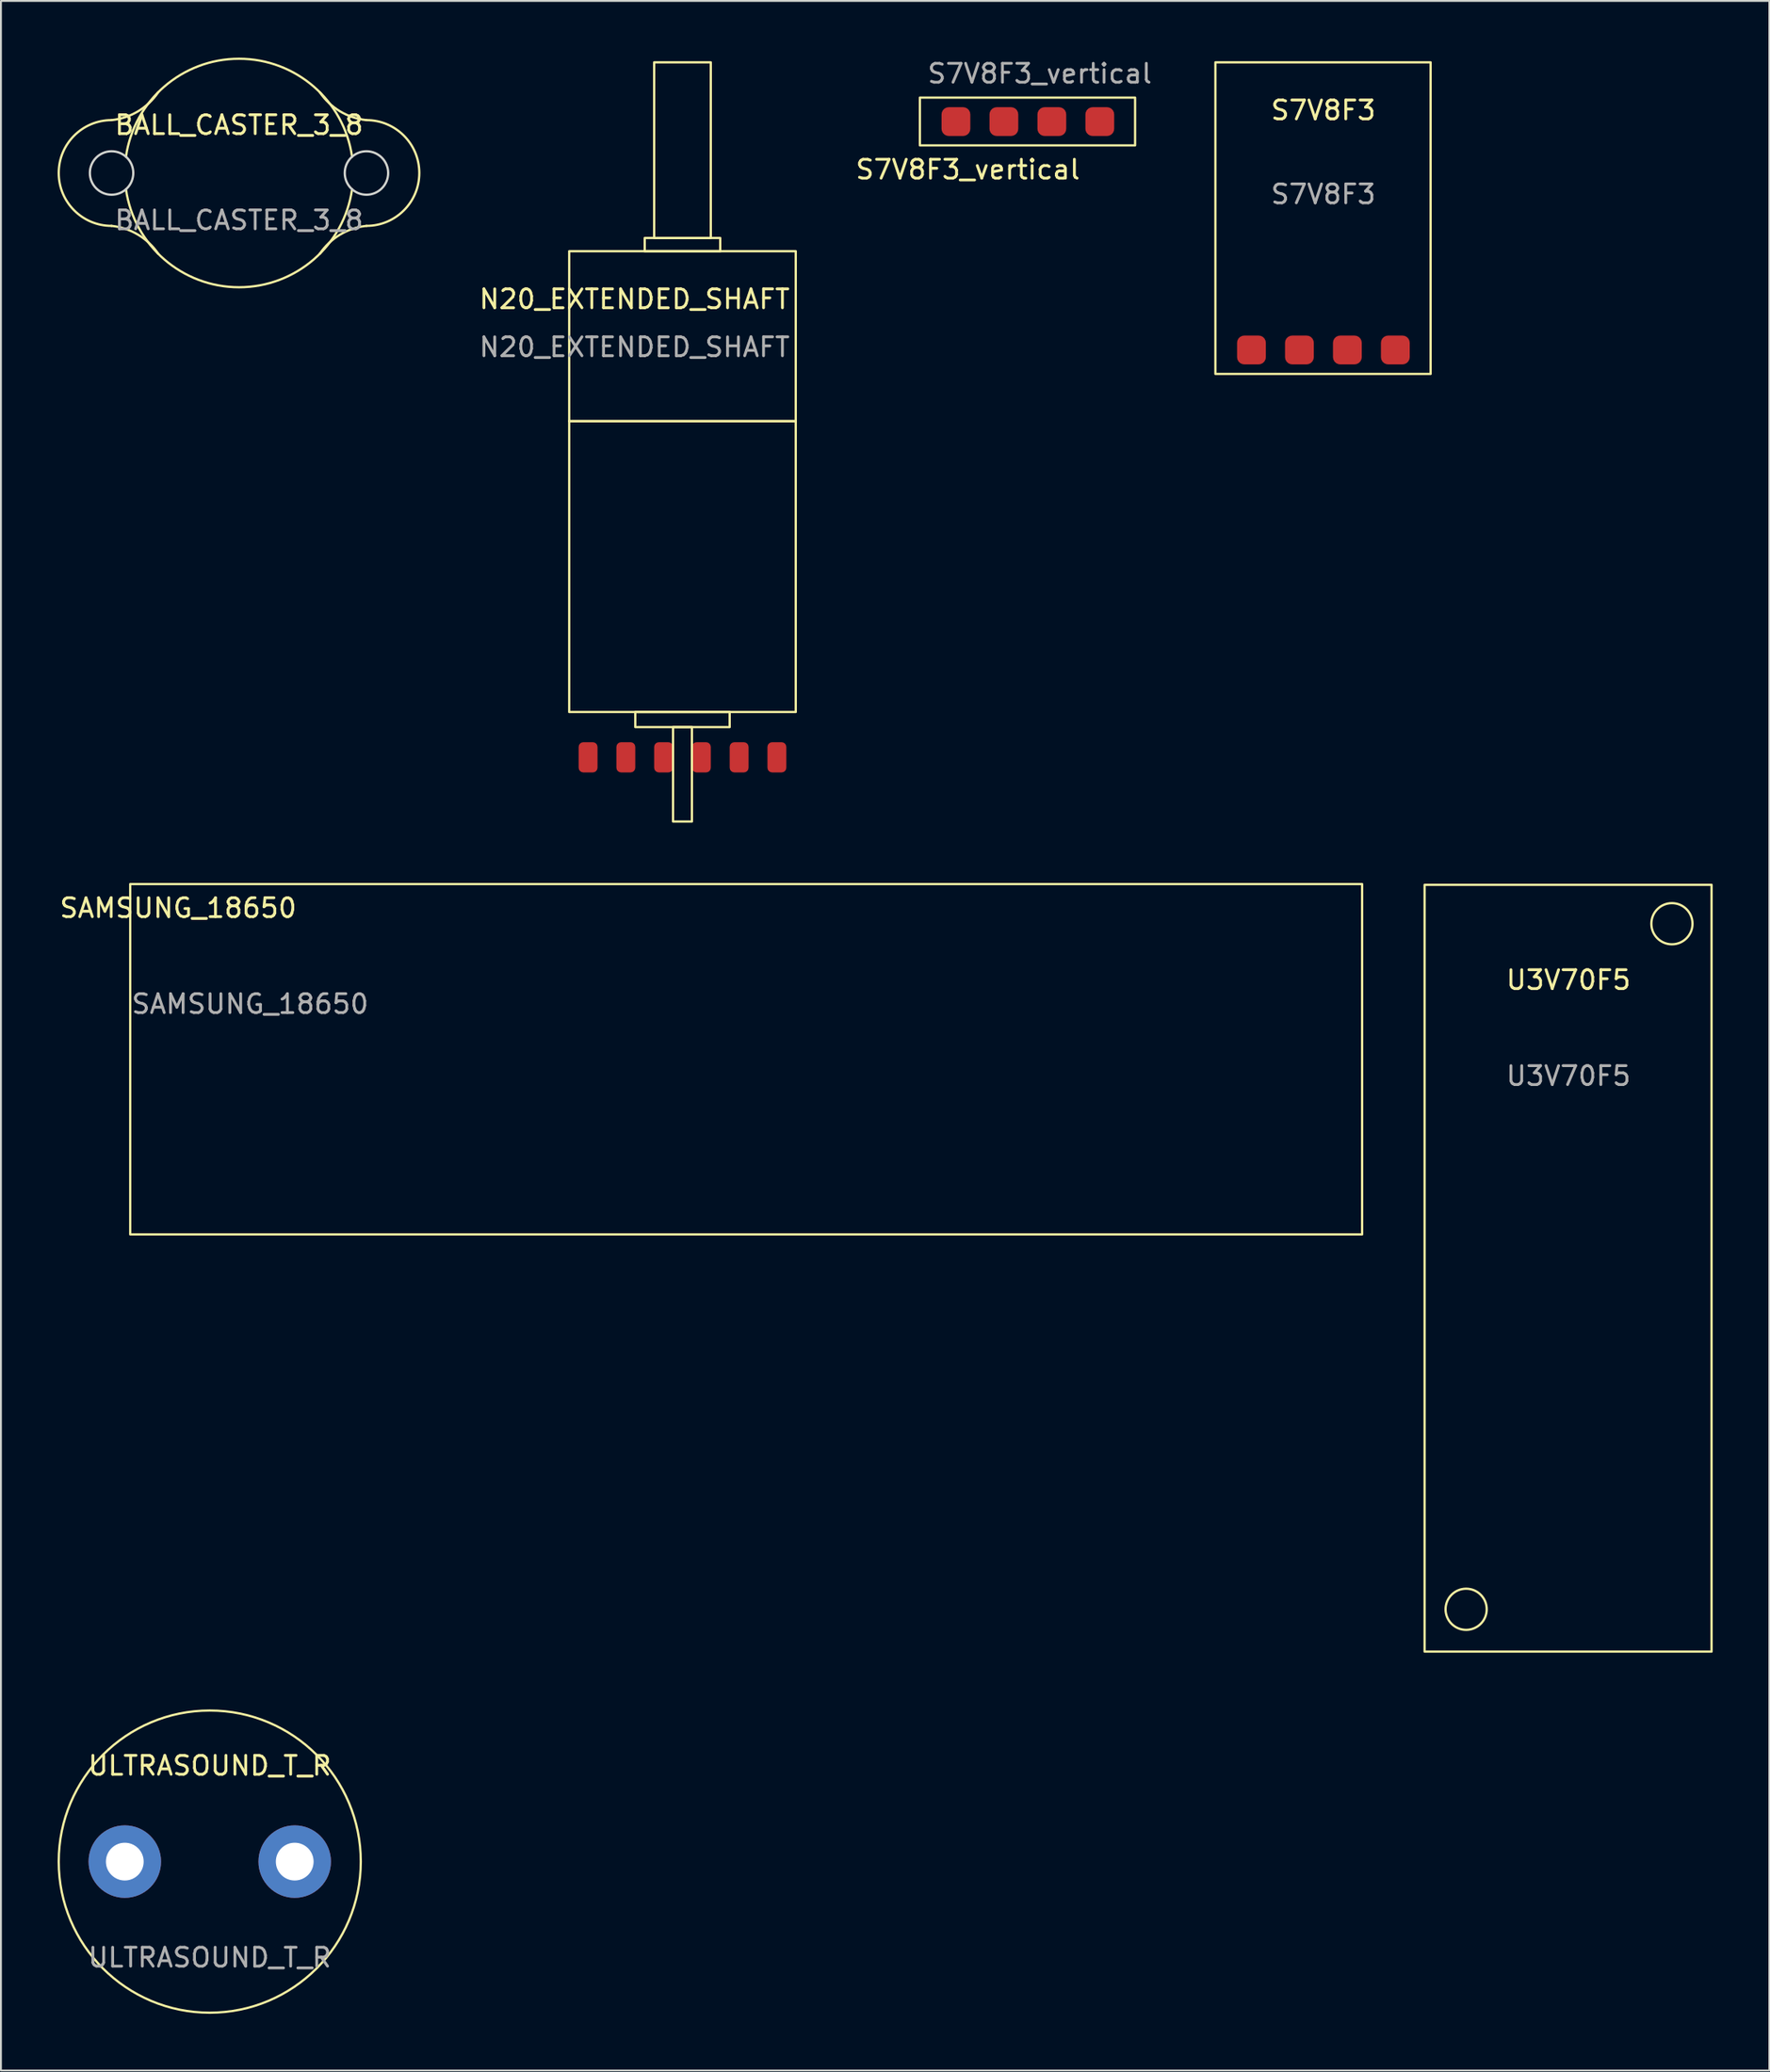
<source format=kicad_pcb>
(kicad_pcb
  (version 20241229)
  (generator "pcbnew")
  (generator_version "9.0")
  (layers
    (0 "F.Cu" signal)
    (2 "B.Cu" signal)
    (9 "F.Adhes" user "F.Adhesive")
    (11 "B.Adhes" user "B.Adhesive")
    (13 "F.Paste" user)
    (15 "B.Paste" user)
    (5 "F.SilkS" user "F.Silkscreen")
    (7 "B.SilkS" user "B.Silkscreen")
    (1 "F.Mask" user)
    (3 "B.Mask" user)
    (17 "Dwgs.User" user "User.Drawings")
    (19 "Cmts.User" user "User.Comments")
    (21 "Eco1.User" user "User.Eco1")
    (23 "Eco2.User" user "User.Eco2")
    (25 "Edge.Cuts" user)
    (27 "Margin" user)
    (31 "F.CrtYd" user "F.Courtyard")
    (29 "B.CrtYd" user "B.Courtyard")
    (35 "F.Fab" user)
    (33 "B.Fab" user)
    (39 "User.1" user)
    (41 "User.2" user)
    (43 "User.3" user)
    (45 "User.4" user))
  (footprint "SAMSUNG_18650"
    (layer "F.Cu")
    (at 3.847 43.76)
    (property "Reference" "SAMSUNG_18650" (at 2.54 1.27 0) (unlocked yes) (layer "F.SilkS") (effects (font (size 1 1) (thickness 0.15))))
    (attr smd)
    (fp_rect (start 0 0) (end 65.25 18.55) (stroke (width 0.12) (type default)) (fill no) (layer "F.SilkS"))
    (fp_text user "${REFERENCE}" (at 6.35 6.35 0) (unlocked yes) (layer "F.Fab") (effects (font (size 1 1) (thickness 0.15)))))
  (footprint "N20_EXTENDED_SHAFT"
    (layer "F.Cu")
    (at 33.099 0.25)
    (property "Reference" "N20_EXTENDED_SHAFT" (at -2.54 12.54 0) (unlocked yes) (layer "F.SilkS") (effects (font (size 1 1) (thickness 0.15))))
    (attr smd)
    (fp_rect (start -6 10) (end 6 19) (stroke (width 0.12) (type solid)) (fill no) (layer "F.SilkS"))
    (fp_rect (start -6 19) (end 6 34.4) (stroke (width 0.12) (type solid)) (fill no) (layer "F.SilkS"))
    (fp_rect (start -2.5 34.4) (end 2.5 35.2) (stroke (width 0.12) (type solid)) (fill no) (layer "F.SilkS"))
    (fp_rect (start -2 10) (end 2 9.3) (stroke (width 0.12) (type solid)) (fill no) (layer "F.SilkS"))
    (fp_rect (start -1.5 9.3) (end 1.5 0) (stroke (width 0.12) (type solid)) (fill no) (layer "F.SilkS"))
    (fp_rect (start -0.5 35.2) (end 0.5 40.2) (stroke (width 0.12) (type solid)) (fill no) (layer "F.SilkS"))
    (fp_text user "${REFERENCE}" (at -2.54 15.08 0) (unlocked yes) (layer "F.Fab") (effects (font (size 1 1) (thickness 0.15))))
    (pad "1" smd roundrect (at -5 36.8) (size 1 1.6) (layers "F.Cu" "F.Mask" "F.Paste") (roundrect_rratio 0.25))
    (pad "2" smd roundrect (at -3 36.8) (size 1 1.6) (layers "F.Cu" "F.Mask" "F.Paste") (roundrect_rratio 0.25))
    (pad "3" smd roundrect (at -1 36.8) (size 1 1.6) (layers "F.Cu" "F.Mask" "F.Paste") (roundrect_rratio 0.25))
    (pad "4" smd roundrect (at 1 36.8) (size 1 1.6) (layers "F.Cu" "F.Mask" "F.Paste") (roundrect_rratio 0.25))
    (pad "5" smd roundrect (at 3 36.8) (size 1 1.6) (layers "F.Cu" "F.Mask" "F.Paste") (roundrect_rratio 0.25))
    (pad "6" smd roundrect (at 5 36.8) (size 1 1.6) (layers "F.Cu" "F.Mask" "F.Paste") (roundrect_rratio 0.25)))
  (footprint "ULTRASOUND_T_R"
    (layer "F.Cu")
    (at 8.06 95.52)
    (property "Reference" "ULTRASOUND_T_R" (at 0 -5.08 0) (unlocked yes) (layer "F.SilkS") (effects (font (size 1 1) (thickness 0.15))))
    (attr through_hole)
    (fp_circle (center 0 0) (end 8 0) (stroke (width 0.12) (type default)) (fill no) (layer "F.SilkS"))
    (fp_text user "${REFERENCE}" (at 0 5.08 0) (unlocked yes) (layer "F.Fab") (effects (font (size 1 1) (thickness 0.15))))
    (pad "1" thru_hole circle (at 4.5 0) (size 3.84 3.84) (drill 2) (layers "*.Cu" "*.Mask"))
    (pad "2" thru_hole circle (at -4.5 0) (size 3.84 3.84) (drill 2) (layers "*.Cu" "*.Mask")))
  (footprint "S7V8F3"
    (layer "F.Cu")
    (at 61.326 0.25)
    (property "Reference" "S7V8F3" (at 5.715 2.54 0) (unlocked yes) (layer "F.SilkS") (effects (font (size 1 1) (thickness 0.15))))
    (attr smd)
    (fp_rect (start 0 0) (end 11.4 16.5) (stroke (width 0.12) (type default)) (fill no) (layer "F.SilkS"))
    (fp_text user "${REFERENCE}" (at 5.715 6.985 0) (unlocked yes) (layer "F.Fab") (effects (font (size 1 1) (thickness 0.15))))
    (pad "1" smd roundrect (at 1.91 15.23) (size 1.524 1.524) (layers "F.Cu" "F.Mask" "F.Paste") (roundrect_rratio 0.25))
    (pad "2" smd roundrect (at 4.45 15.23) (size 1.524 1.524) (layers "F.Cu" "F.Mask" "F.Paste") (roundrect_rratio 0.25))
    (pad "3" smd roundrect (at 6.99 15.23) (size 1.524 1.524) (layers "F.Cu" "F.Mask" "F.Paste") (roundrect_rratio 0.25))
    (pad "4" smd roundrect (at 9.53 15.23) (size 1.524 1.524) (layers "F.Cu" "F.Mask" "F.Paste") (roundrect_rratio 0.25)))
  (footprint "S7V8F3_vertical"
    (layer "F.Cu")
    (at 45.673 2.118)
    (property "Reference" "S7V8F3_vertical" (at 2.54 3.81 0) (unlocked yes) (layer "F.SilkS") (effects (font (size 1 1) (thickness 0.15))))
    (attr smd)
    (fp_rect (start 0 0) (end 11.4 2.53) (stroke (width 0.12) (type default)) (fill no) (layer "F.SilkS"))
    (fp_text user "${REFERENCE}" (at 6.35 -1.27 0) (unlocked yes) (layer "F.Fab") (effects (font (size 1 1) (thickness 0.15))))
    (pad "1" smd roundrect (at 1.91 1.27) (size 1.524 1.524) (layers "F.Cu" "F.Mask" "F.Paste") (roundrect_rratio 0.25))
    (pad "2" smd roundrect (at 4.45 1.27) (size 1.524 1.524) (layers "F.Cu" "F.Mask" "F.Paste") (roundrect_rratio 0.25))
    (pad "3" smd roundrect (at 6.99 1.27) (size 1.524 1.524) (layers "F.Cu" "F.Mask" "F.Paste") (roundrect_rratio 0.25))
    (pad "4" smd roundrect (at 9.53 1.27) (size 1.524 1.524) (layers "F.Cu" "F.Mask" "F.Paste") (roundrect_rratio 0.25)))
  (footprint "BALL_CASTER_3_8"
    (layer "F.Cu")
    (at 9.61 6.11)
    (property "Reference" "BALL_CASTER_3_8" (at 0 -2.54 0) (unlocked yes) (layer "F.SilkS") (effects (font (size 1 1) (thickness 0.15))))
    (fp_arc (start -6.75 2.8) (mid -9.550001 0) (end -6.75 -2.8) (stroke (width 0.12) (type solid)) (layer "F.SilkS"))
    (fp_arc (start -6.75 2.8) (mid -5.350166 3.264983) (end -4.277996 4.277996) (stroke (width 0.12) (type solid)) (layer "F.SilkS"))
    (fp_arc (start -5.988332 -0.861605) (mid 0 -6.049999) (end 5.988332 -0.861605) (stroke (width 0.12) (type solid)) (layer "F.SilkS"))
    (fp_arc (start -4.277997 -4.277996) (mid -5.350167 -3.264983) (end -6.75 -2.8) (stroke (width 0.12) (type solid)) (layer "F.SilkS"))
    (fp_arc (start 4.277997 4.277996) (mid 5.350167 3.264983) (end 6.75 2.8) (stroke (width 0.12) (type solid)) (layer "F.SilkS"))
    (fp_arc (start 5.988332 0.861605) (mid 0 6.049999) (end -5.988332 0.861605) (stroke (width 0.12) (type solid)) (layer "F.SilkS"))
    (fp_arc (start 6.75 -2.8) (mid 5.350166 -3.264983) (end 4.277996 -4.277996) (stroke (width 0.12) (type solid)) (layer "F.SilkS"))
    (fp_arc (start 6.75 -2.8) (mid 9.549999 0) (end 6.75 2.8) (stroke (width 0.12) (type solid)) (layer "F.SilkS"))
    (fp_circle (center -6.75 0) (end -5.6 0) (stroke (width 0.12) (type solid)) (fill no) (layer "Edge.Cuts"))
    (fp_circle (center 6.75 0) (end 7.9 0) (stroke (width 0.12) (type solid)) (fill no) (layer "Edge.Cuts"))
    (fp_text user "${REFERENCE}" (at 0 2.5 0) (unlocked yes) (layer "F.Fab") (effects (font (size 1 1) (thickness 0.15)))))
  (footprint "U3V70F5"
    (layer "F.Cu")
    (at 72.407 43.76)
    (property "Reference" "U3V70F5" (at 7.62 5.08 0) (unlocked yes) (layer "F.SilkS") (effects (font (size 1 1) (thickness 0.15))))
    (attr smd)
    (fp_rect (start 0 40.64) (end 15.2 0.04) (stroke (width 0.12) (type default)) (fill no) (layer "F.SilkS"))
    (fp_circle (center 2.2 38.4) (end 3.29 38.4) (stroke (width 0.12) (type default)) (fill no) (layer "F.SilkS"))
    (fp_circle (center 13.1 2.1) (end 14.19 2.1) (stroke (width 0.12) (type default)) (fill no) (layer "F.SilkS"))
    (fp_text user "${REFERENCE}" (at 7.62 10.16 0) (unlocked yes) (layer "F.Fab") (effects (font (size 1 1) (thickness 0.15)))))
  (gr_rect
    (start -3 -3)
    (end 90.667 106.58)
    (stroke (width 0.1) (type default))
    (fill no)
    (layer "Edge.Cuts")))
</source>
